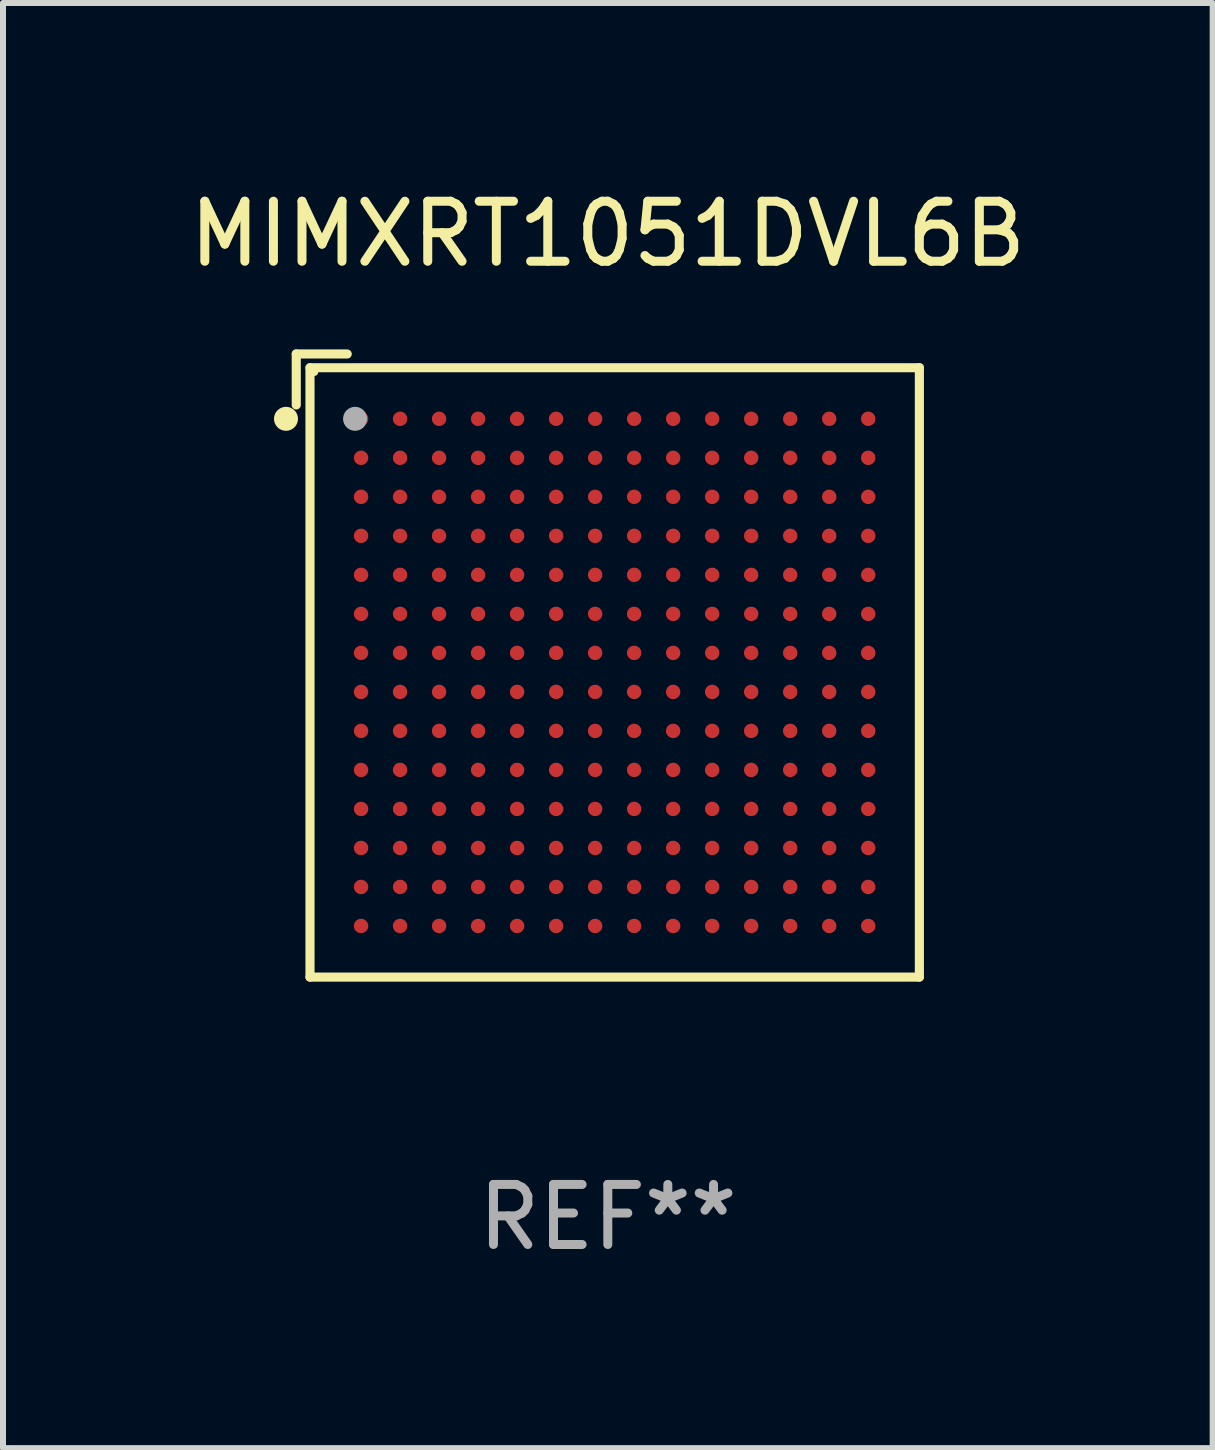
<source format=kicad_pcb>
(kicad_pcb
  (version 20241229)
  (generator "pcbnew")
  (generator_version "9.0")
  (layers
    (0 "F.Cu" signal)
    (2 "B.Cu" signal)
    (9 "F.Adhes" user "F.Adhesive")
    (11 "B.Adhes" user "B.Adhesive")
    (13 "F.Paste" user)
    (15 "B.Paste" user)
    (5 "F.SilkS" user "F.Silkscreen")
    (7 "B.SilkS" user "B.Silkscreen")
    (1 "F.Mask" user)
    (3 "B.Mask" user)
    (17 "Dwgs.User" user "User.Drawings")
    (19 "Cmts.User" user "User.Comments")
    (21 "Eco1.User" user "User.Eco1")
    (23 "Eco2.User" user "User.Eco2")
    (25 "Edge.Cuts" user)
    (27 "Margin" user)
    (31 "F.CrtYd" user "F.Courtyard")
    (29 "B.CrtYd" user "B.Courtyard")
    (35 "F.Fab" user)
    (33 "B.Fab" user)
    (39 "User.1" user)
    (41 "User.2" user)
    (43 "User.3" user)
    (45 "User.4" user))
  (footprint "MIMXRT1051DVL6B"
    (layer "F.Cu")
    (at 7.077 8.039)
    (property "Reference" "MIMXRT1051DVL6B" (at 0 -7.191 0) (layer "F.SilkS") (effects (font (size 1 1) (thickness 0.15))))
    (attr through_hole)
    (fp_line (start -5.191 -5.191) (end -5.191 -4.342) (stroke (width 0.152) (type solid)) (layer "F.SilkS"))
    (fp_line (start -4.962 -4.962) (end 5.191 -4.962) (stroke (width 0.152) (type solid)) (layer "F.SilkS"))
    (fp_line (start -4.962 5.191) (end -4.962 -4.962) (stroke (width 0.152) (type solid)) (layer "F.SilkS"))
    (fp_line (start -4.342 -5.191) (end -5.191 -5.191) (stroke (width 0.152) (type solid)) (layer "F.SilkS"))
    (fp_line (start 5.191 -4.962) (end 5.191 5.191) (stroke (width 0.152) (type solid)) (layer "F.SilkS"))
    (fp_line (start 5.191 5.191) (end -4.962 5.191) (stroke (width 0.152) (type solid)) (layer "F.SilkS"))
    (fp_circle (center -5.362 -4.111) (end -5.262 -4.111) (stroke (width 0.2) (type solid)) (fill no) (layer "F.SilkS"))
    (fp_circle (center -4.886 -4.886) (end -4.856 -4.886) (stroke (width 0.06) (type solid)) (fill no) (layer "F.SilkS"))
    (fp_circle (center -4.211 -4.111) (end -4.111 -4.111) (stroke (width 0.2) (type solid)) (fill no) (layer "F.Fab"))
    (fp_text user "REF**" (at 0 9.191 0) (layer "F.Fab") (effects (font (size 1 1) (thickness 0.15))))
    (pad "A1" smd circle (at -4.111 -4.111) (size 0.24 0.24) (layers "F.Cu" "F.Mask" "F.Paste"))
    (pad "A2" smd circle (at -3.461 -4.111) (size 0.24 0.24) (layers "F.Cu" "F.Mask" "F.Paste"))
    (pad "A3" smd circle (at -2.811 -4.111) (size 0.24 0.24) (layers "F.Cu" "F.Mask" "F.Paste"))
    (pad "A4" smd circle (at -2.161 -4.111) (size 0.24 0.24) (layers "F.Cu" "F.Mask" "F.Paste"))
    (pad "A5" smd circle (at -1.511 -4.111) (size 0.24 0.24) (layers "F.Cu" "F.Mask" "F.Paste"))
    (pad "A6" smd circle (at -0.861 -4.111) (size 0.24 0.24) (layers "F.Cu" "F.Mask" "F.Paste"))
    (pad "A7" smd circle (at -0.211 -4.111) (size 0.24 0.24) (layers "F.Cu" "F.Mask" "F.Paste"))
    (pad "A8" smd circle (at 0.439 -4.111) (size 0.24 0.24) (layers "F.Cu" "F.Mask" "F.Paste"))
    (pad "A9" smd circle (at 1.089 -4.111) (size 0.24 0.24) (layers "F.Cu" "F.Mask" "F.Paste"))
    (pad "A10" smd circle (at 1.739 -4.111) (size 0.24 0.24) (layers "F.Cu" "F.Mask" "F.Paste"))
    (pad "A11" smd circle (at 2.389 -4.111) (size 0.24 0.24) (layers "F.Cu" "F.Mask" "F.Paste"))
    (pad "A12" smd circle (at 3.039 -4.111) (size 0.24 0.24) (layers "F.Cu" "F.Mask" "F.Paste"))
    (pad "A13" smd circle (at 3.689 -4.111) (size 0.24 0.24) (layers "F.Cu" "F.Mask" "F.Paste"))
    (pad "A14" smd circle (at 4.339 -4.111) (size 0.24 0.24) (layers "F.Cu" "F.Mask" "F.Paste"))
    (pad "B1" smd circle (at -4.111 -3.461) (size 0.24 0.24) (layers "F.Cu" "F.Mask" "F.Paste"))
    (pad "B2" smd circle (at -3.461 -3.461) (size 0.24 0.24) (layers "F.Cu" "F.Mask" "F.Paste"))
    (pad "B3" smd circle (at -2.811 -3.461) (size 0.24 0.24) (layers "F.Cu" "F.Mask" "F.Paste"))
    (pad "B4" smd circle (at -2.161 -3.461) (size 0.24 0.24) (layers "F.Cu" "F.Mask" "F.Paste"))
    (pad "B5" smd circle (at -1.511 -3.461) (size 0.24 0.24) (layers "F.Cu" "F.Mask" "F.Paste"))
    (pad "B6" smd circle (at -0.861 -3.461) (size 0.24 0.24) (layers "F.Cu" "F.Mask" "F.Paste"))
    (pad "B7" smd circle (at -0.211 -3.461) (size 0.24 0.24) (layers "F.Cu" "F.Mask" "F.Paste"))
    (pad "B8" smd circle (at 0.439 -3.461) (size 0.24 0.24) (layers "F.Cu" "F.Mask" "F.Paste"))
    (pad "B9" smd circle (at 1.089 -3.461) (size 0.24 0.24) (layers "F.Cu" "F.Mask" "F.Paste"))
    (pad "B10" smd circle (at 1.739 -3.461) (size 0.24 0.24) (layers "F.Cu" "F.Mask" "F.Paste"))
    (pad "B11" smd circle (at 2.389 -3.461) (size 0.24 0.24) (layers "F.Cu" "F.Mask" "F.Paste"))
    (pad "B12" smd circle (at 3.039 -3.461) (size 0.24 0.24) (layers "F.Cu" "F.Mask" "F.Paste"))
    (pad "B13" smd circle (at 3.689 -3.461) (size 0.24 0.24) (layers "F.Cu" "F.Mask" "F.Paste"))
    (pad "B14" smd circle (at 4.339 -3.461) (size 0.24 0.24) (layers "F.Cu" "F.Mask" "F.Paste"))
    (pad "C1" smd circle (at -4.111 -2.811) (size 0.24 0.24) (layers "F.Cu" "F.Mask" "F.Paste"))
    (pad "C2" smd circle (at -3.461 -2.811) (size 0.24 0.24) (layers "F.Cu" "F.Mask" "F.Paste"))
    (pad "C3" smd circle (at -2.811 -2.811) (size 0.24 0.24) (layers "F.Cu" "F.Mask" "F.Paste"))
    (pad "C4" smd circle (at -2.161 -2.811) (size 0.24 0.24) (layers "F.Cu" "F.Mask" "F.Paste"))
    (pad "C5" smd circle (at -1.511 -2.811) (size 0.24 0.24) (layers "F.Cu" "F.Mask" "F.Paste"))
    (pad "C6" smd circle (at -0.861 -2.811) (size 0.24 0.24) (layers "F.Cu" "F.Mask" "F.Paste"))
    (pad "C7" smd circle (at -0.211 -2.811) (size 0.24 0.24) (layers "F.Cu" "F.Mask" "F.Paste"))
    (pad "C8" smd circle (at 0.439 -2.811) (size 0.24 0.24) (layers "F.Cu" "F.Mask" "F.Paste"))
    (pad "C9" smd circle (at 1.089 -2.811) (size 0.24 0.24) (layers "F.Cu" "F.Mask" "F.Paste"))
    (pad "C10" smd circle (at 1.739 -2.811) (size 0.24 0.24) (layers "F.Cu" "F.Mask" "F.Paste"))
    (pad "C11" smd circle (at 2.389 -2.811) (size 0.24 0.24) (layers "F.Cu" "F.Mask" "F.Paste"))
    (pad "C12" smd circle (at 3.039 -2.811) (size 0.24 0.24) (layers "F.Cu" "F.Mask" "F.Paste"))
    (pad "C13" smd circle (at 3.689 -2.811) (size 0.24 0.24) (layers "F.Cu" "F.Mask" "F.Paste"))
    (pad "C14" smd circle (at 4.339 -2.811) (size 0.24 0.24) (layers "F.Cu" "F.Mask" "F.Paste"))
    (pad "D1" smd circle (at -4.111 -2.161) (size 0.24 0.24) (layers "F.Cu" "F.Mask" "F.Paste"))
    (pad "D2" smd circle (at -3.461 -2.161) (size 0.24 0.24) (layers "F.Cu" "F.Mask" "F.Paste"))
    (pad "D3" smd circle (at -2.811 -2.161) (size 0.24 0.24) (layers "F.Cu" "F.Mask" "F.Paste"))
    (pad "D4" smd circle (at -2.161 -2.161) (size 0.24 0.24) (layers "F.Cu" "F.Mask" "F.Paste"))
    (pad "D5" smd circle (at -1.511 -2.161) (size 0.24 0.24) (layers "F.Cu" "F.Mask" "F.Paste"))
    (pad "D6" smd circle (at -0.861 -2.161) (size 0.24 0.24) (layers "F.Cu" "F.Mask" "F.Paste"))
    (pad "D7" smd circle (at -0.211 -2.161) (size 0.24 0.24) (layers "F.Cu" "F.Mask" "F.Paste"))
    (pad "D8" smd circle (at 0.439 -2.161) (size 0.24 0.24) (layers "F.Cu" "F.Mask" "F.Paste"))
    (pad "D9" smd circle (at 1.089 -2.161) (size 0.24 0.24) (layers "F.Cu" "F.Mask" "F.Paste"))
    (pad "D10" smd circle (at 1.739 -2.161) (size 0.24 0.24) (layers "F.Cu" "F.Mask" "F.Paste"))
    (pad "D11" smd circle (at 2.389 -2.161) (size 0.24 0.24) (layers "F.Cu" "F.Mask" "F.Paste"))
    (pad "D12" smd circle (at 3.039 -2.161) (size 0.24 0.24) (layers "F.Cu" "F.Mask" "F.Paste"))
    (pad "D13" smd circle (at 3.689 -2.161) (size 0.24 0.24) (layers "F.Cu" "F.Mask" "F.Paste"))
    (pad "D14" smd circle (at 4.339 -2.161) (size 0.24 0.24) (layers "F.Cu" "F.Mask" "F.Paste"))
    (pad "E1" smd circle (at -4.111 -1.511) (size 0.24 0.24) (layers "F.Cu" "F.Mask" "F.Paste"))
    (pad "E2" smd circle (at -3.461 -1.511) (size 0.24 0.24) (layers "F.Cu" "F.Mask" "F.Paste"))
    (pad "E3" smd circle (at -2.811 -1.511) (size 0.24 0.24) (layers "F.Cu" "F.Mask" "F.Paste"))
    (pad "E4" smd circle (at -2.161 -1.511) (size 0.24 0.24) (layers "F.Cu" "F.Mask" "F.Paste"))
    (pad "E5" smd circle (at -1.511 -1.511) (size 0.24 0.24) (layers "F.Cu" "F.Mask" "F.Paste"))
    (pad "E6" smd circle (at -0.861 -1.511) (size 0.24 0.24) (layers "F.Cu" "F.Mask" "F.Paste"))
    (pad "E7" smd circle (at -0.211 -1.511) (size 0.24 0.24) (layers "F.Cu" "F.Mask" "F.Paste"))
    (pad "E8" smd circle (at 0.439 -1.511) (size 0.24 0.24) (layers "F.Cu" "F.Mask" "F.Paste"))
    (pad "E9" smd circle (at 1.089 -1.511) (size 0.24 0.24) (layers "F.Cu" "F.Mask" "F.Paste"))
    (pad "E10" smd circle (at 1.739 -1.511) (size 0.24 0.24) (layers "F.Cu" "F.Mask" "F.Paste"))
    (pad "E11" smd circle (at 2.389 -1.511) (size 0.24 0.24) (layers "F.Cu" "F.Mask" "F.Paste"))
    (pad "E12" smd circle (at 3.039 -1.511) (size 0.24 0.24) (layers "F.Cu" "F.Mask" "F.Paste"))
    (pad "E13" smd circle (at 3.689 -1.511) (size 0.24 0.24) (layers "F.Cu" "F.Mask" "F.Paste"))
    (pad "E14" smd circle (at 4.339 -1.511) (size 0.24 0.24) (layers "F.Cu" "F.Mask" "F.Paste"))
    (pad "F1" smd circle (at -4.111 -0.861) (size 0.24 0.24) (layers "F.Cu" "F.Mask" "F.Paste"))
    (pad "F2" smd circle (at -3.461 -0.861) (size 0.24 0.24) (layers "F.Cu" "F.Mask" "F.Paste"))
    (pad "F3" smd circle (at -2.811 -0.861) (size 0.24 0.24) (layers "F.Cu" "F.Mask" "F.Paste"))
    (pad "F4" smd circle (at -2.161 -0.861) (size 0.24 0.24) (layers "F.Cu" "F.Mask" "F.Paste"))
    (pad "F5" smd circle (at -1.511 -0.861) (size 0.24 0.24) (layers "F.Cu" "F.Mask" "F.Paste"))
    (pad "F6" smd circle (at -0.861 -0.861) (size 0.24 0.24) (layers "F.Cu" "F.Mask" "F.Paste"))
    (pad "F7" smd circle (at -0.211 -0.861) (size 0.24 0.24) (layers "F.Cu" "F.Mask" "F.Paste"))
    (pad "F8" smd circle (at 0.439 -0.861) (size 0.24 0.24) (layers "F.Cu" "F.Mask" "F.Paste"))
    (pad "F9" smd circle (at 1.089 -0.861) (size 0.24 0.24) (layers "F.Cu" "F.Mask" "F.Paste"))
    (pad "F10" smd circle (at 1.739 -0.861) (size 0.24 0.24) (layers "F.Cu" "F.Mask" "F.Paste"))
    (pad "F11" smd circle (at 2.389 -0.861) (size 0.24 0.24) (layers "F.Cu" "F.Mask" "F.Paste"))
    (pad "F12" smd circle (at 3.039 -0.861) (size 0.24 0.24) (layers "F.Cu" "F.Mask" "F.Paste"))
    (pad "F13" smd circle (at 3.689 -0.861) (size 0.24 0.24) (layers "F.Cu" "F.Mask" "F.Paste"))
    (pad "F14" smd circle (at 4.339 -0.861) (size 0.24 0.24) (layers "F.Cu" "F.Mask" "F.Paste"))
    (pad "G1" smd circle (at -4.111 -0.211) (size 0.24 0.24) (layers "F.Cu" "F.Mask" "F.Paste"))
    (pad "G2" smd circle (at -3.461 -0.211) (size 0.24 0.24) (layers "F.Cu" "F.Mask" "F.Paste"))
    (pad "G3" smd circle (at -2.811 -0.211) (size 0.24 0.24) (layers "F.Cu" "F.Mask" "F.Paste"))
    (pad "G4" smd circle (at -2.161 -0.211) (size 0.24 0.24) (layers "F.Cu" "F.Mask" "F.Paste"))
    (pad "G5" smd circle (at -1.511 -0.211) (size 0.24 0.24) (layers "F.Cu" "F.Mask" "F.Paste"))
    (pad "G6" smd circle (at -0.861 -0.211) (size 0.24 0.24) (layers "F.Cu" "F.Mask" "F.Paste"))
    (pad "G7" smd circle (at -0.211 -0.211) (size 0.24 0.24) (layers "F.Cu" "F.Mask" "F.Paste"))
    (pad "G8" smd circle (at 0.439 -0.211) (size 0.24 0.24) (layers "F.Cu" "F.Mask" "F.Paste"))
    (pad "G9" smd circle (at 1.089 -0.211) (size 0.24 0.24) (layers "F.Cu" "F.Mask" "F.Paste"))
    (pad "G10" smd circle (at 1.739 -0.211) (size 0.24 0.24) (layers "F.Cu" "F.Mask" "F.Paste"))
    (pad "G11" smd circle (at 2.389 -0.211) (size 0.24 0.24) (layers "F.Cu" "F.Mask" "F.Paste"))
    (pad "G12" smd circle (at 3.039 -0.211) (size 0.24 0.24) (layers "F.Cu" "F.Mask" "F.Paste"))
    (pad "G13" smd circle (at 3.689 -0.211) (size 0.24 0.24) (layers "F.Cu" "F.Mask" "F.Paste"))
    (pad "G14" smd circle (at 4.339 -0.211) (size 0.24 0.24) (layers "F.Cu" "F.Mask" "F.Paste"))
    (pad "H1" smd circle (at -4.111 0.439) (size 0.24 0.24) (layers "F.Cu" "F.Mask" "F.Paste"))
    (pad "H2" smd circle (at -3.461 0.439) (size 0.24 0.24) (layers "F.Cu" "F.Mask" "F.Paste"))
    (pad "H3" smd circle (at -2.811 0.439) (size 0.24 0.24) (layers "F.Cu" "F.Mask" "F.Paste"))
    (pad "H4" smd circle (at -2.161 0.439) (size 0.24 0.24) (layers "F.Cu" "F.Mask" "F.Paste"))
    (pad "H5" smd circle (at -1.511 0.439) (size 0.24 0.24) (layers "F.Cu" "F.Mask" "F.Paste"))
    (pad "H6" smd circle (at -0.861 0.439) (size 0.24 0.24) (layers "F.Cu" "F.Mask" "F.Paste"))
    (pad "H7" smd circle (at -0.211 0.439) (size 0.24 0.24) (layers "F.Cu" "F.Mask" "F.Paste"))
    (pad "H8" smd circle (at 0.439 0.439) (size 0.24 0.24) (layers "F.Cu" "F.Mask" "F.Paste"))
    (pad "H9" smd circle (at 1.089 0.439) (size 0.24 0.24) (layers "F.Cu" "F.Mask" "F.Paste"))
    (pad "H10" smd circle (at 1.739 0.439) (size 0.24 0.24) (layers "F.Cu" "F.Mask" "F.Paste"))
    (pad "H11" smd circle (at 2.389 0.439) (size 0.24 0.24) (layers "F.Cu" "F.Mask" "F.Paste"))
    (pad "H12" smd circle (at 3.039 0.439) (size 0.24 0.24) (layers "F.Cu" "F.Mask" "F.Paste"))
    (pad "H13" smd circle (at 3.689 0.439) (size 0.24 0.24) (layers "F.Cu" "F.Mask" "F.Paste"))
    (pad "H14" smd circle (at 4.339 0.439) (size 0.24 0.24) (layers "F.Cu" "F.Mask" "F.Paste"))
    (pad "J1" smd circle (at -4.111 1.089) (size 0.24 0.24) (layers "F.Cu" "F.Mask" "F.Paste"))
    (pad "J2" smd circle (at -3.461 1.089) (size 0.24 0.24) (layers "F.Cu" "F.Mask" "F.Paste"))
    (pad "J3" smd circle (at -2.811 1.089) (size 0.24 0.24) (layers "F.Cu" "F.Mask" "F.Paste"))
    (pad "J4" smd circle (at -2.161 1.089) (size 0.24 0.24) (layers "F.Cu" "F.Mask" "F.Paste"))
    (pad "J5" smd circle (at -1.511 1.089) (size 0.24 0.24) (layers "F.Cu" "F.Mask" "F.Paste"))
    (pad "J6" smd circle (at -0.861 1.089) (size 0.24 0.24) (layers "F.Cu" "F.Mask" "F.Paste"))
    (pad "J7" smd circle (at -0.211 1.089) (size 0.24 0.24) (layers "F.Cu" "F.Mask" "F.Paste"))
    (pad "J8" smd circle (at 0.439 1.089) (size 0.24 0.24) (layers "F.Cu" "F.Mask" "F.Paste"))
    (pad "J9" smd circle (at 1.089 1.089) (size 0.24 0.24) (layers "F.Cu" "F.Mask" "F.Paste"))
    (pad "J10" smd circle (at 1.739 1.089) (size 0.24 0.24) (layers "F.Cu" "F.Mask" "F.Paste"))
    (pad "J11" smd circle (at 2.389 1.089) (size 0.24 0.24) (layers "F.Cu" "F.Mask" "F.Paste"))
    (pad "J12" smd circle (at 3.039 1.089) (size 0.24 0.24) (layers "F.Cu" "F.Mask" "F.Paste"))
    (pad "J13" smd circle (at 3.689 1.089) (size 0.24 0.24) (layers "F.Cu" "F.Mask" "F.Paste"))
    (pad "J14" smd circle (at 4.339 1.089) (size 0.24 0.24) (layers "F.Cu" "F.Mask" "F.Paste"))
    (pad "K1" smd circle (at -4.111 1.739) (size 0.24 0.24) (layers "F.Cu" "F.Mask" "F.Paste"))
    (pad "K2" smd circle (at -3.461 1.739) (size 0.24 0.24) (layers "F.Cu" "F.Mask" "F.Paste"))
    (pad "K3" smd circle (at -2.811 1.739) (size 0.24 0.24) (layers "F.Cu" "F.Mask" "F.Paste"))
    (pad "K4" smd circle (at -2.161 1.739) (size 0.24 0.24) (layers "F.Cu" "F.Mask" "F.Paste"))
    (pad "K5" smd circle (at -1.511 1.739) (size 0.24 0.24) (layers "F.Cu" "F.Mask" "F.Paste"))
    (pad "K6" smd circle (at -0.861 1.739) (size 0.24 0.24) (layers "F.Cu" "F.Mask" "F.Paste"))
    (pad "K7" smd circle (at -0.211 1.739) (size 0.24 0.24) (layers "F.Cu" "F.Mask" "F.Paste"))
    (pad "K8" smd circle (at 0.439 1.739) (size 0.24 0.24) (layers "F.Cu" "F.Mask" "F.Paste"))
    (pad "K9" smd circle (at 1.089 1.739) (size 0.24 0.24) (layers "F.Cu" "F.Mask" "F.Paste"))
    (pad "K10" smd circle (at 1.739 1.739) (size 0.24 0.24) (layers "F.Cu" "F.Mask" "F.Paste"))
    (pad "K11" smd circle (at 2.389 1.739) (size 0.24 0.24) (layers "F.Cu" "F.Mask" "F.Paste"))
    (pad "K12" smd circle (at 3.039 1.739) (size 0.24 0.24) (layers "F.Cu" "F.Mask" "F.Paste"))
    (pad "K13" smd circle (at 3.689 1.739) (size 0.24 0.24) (layers "F.Cu" "F.Mask" "F.Paste"))
    (pad "K14" smd circle (at 4.339 1.739) (size 0.24 0.24) (layers "F.Cu" "F.Mask" "F.Paste"))
    (pad "L1" smd circle (at -4.111 2.389) (size 0.24 0.24) (layers "F.Cu" "F.Mask" "F.Paste"))
    (pad "L2" smd circle (at -3.461 2.389) (size 0.24 0.24) (layers "F.Cu" "F.Mask" "F.Paste"))
    (pad "L3" smd circle (at -2.811 2.389) (size 0.24 0.24) (layers "F.Cu" "F.Mask" "F.Paste"))
    (pad "L4" smd circle (at -2.161 2.389) (size 0.24 0.24) (layers "F.Cu" "F.Mask" "F.Paste"))
    (pad "L5" smd circle (at -1.511 2.389) (size 0.24 0.24) (layers "F.Cu" "F.Mask" "F.Paste"))
    (pad "L6" smd circle (at -0.861 2.389) (size 0.24 0.24) (layers "F.Cu" "F.Mask" "F.Paste"))
    (pad "L7" smd circle (at -0.211 2.389) (size 0.24 0.24) (layers "F.Cu" "F.Mask" "F.Paste"))
    (pad "L8" smd circle (at 0.439 2.389) (size 0.24 0.24) (layers "F.Cu" "F.Mask" "F.Paste"))
    (pad "L9" smd circle (at 1.089 2.389) (size 0.24 0.24) (layers "F.Cu" "F.Mask" "F.Paste"))
    (pad "L10" smd circle (at 1.739 2.389) (size 0.24 0.24) (layers "F.Cu" "F.Mask" "F.Paste"))
    (pad "L11" smd circle (at 2.389 2.389) (size 0.24 0.24) (layers "F.Cu" "F.Mask" "F.Paste"))
    (pad "L12" smd circle (at 3.039 2.389) (size 0.24 0.24) (layers "F.Cu" "F.Mask" "F.Paste"))
    (pad "L13" smd circle (at 3.689 2.389) (size 0.24 0.24) (layers "F.Cu" "F.Mask" "F.Paste"))
    (pad "L14" smd circle (at 4.339 2.389) (size 0.24 0.24) (layers "F.Cu" "F.Mask" "F.Paste"))
    (pad "M1" smd circle (at -4.111 3.039) (size 0.24 0.24) (layers "F.Cu" "F.Mask" "F.Paste"))
    (pad "M2" smd circle (at -3.461 3.039) (size 0.24 0.24) (layers "F.Cu" "F.Mask" "F.Paste"))
    (pad "M3" smd circle (at -2.811 3.039) (size 0.24 0.24) (layers "F.Cu" "F.Mask" "F.Paste"))
    (pad "M4" smd circle (at -2.161 3.039) (size 0.24 0.24) (layers "F.Cu" "F.Mask" "F.Paste"))
    (pad "M5" smd circle (at -1.511 3.039) (size 0.24 0.24) (layers "F.Cu" "F.Mask" "F.Paste"))
    (pad "M6" smd circle (at -0.861 3.039) (size 0.24 0.24) (layers "F.Cu" "F.Mask" "F.Paste"))
    (pad "M7" smd circle (at -0.211 3.039) (size 0.24 0.24) (layers "F.Cu" "F.Mask" "F.Paste"))
    (pad "M8" smd circle (at 0.439 3.039) (size 0.24 0.24) (layers "F.Cu" "F.Mask" "F.Paste"))
    (pad "M9" smd circle (at 1.089 3.039) (size 0.24 0.24) (layers "F.Cu" "F.Mask" "F.Paste"))
    (pad "M10" smd circle (at 1.739 3.039) (size 0.24 0.24) (layers "F.Cu" "F.Mask" "F.Paste"))
    (pad "M11" smd circle (at 2.389 3.039) (size 0.24 0.24) (layers "F.Cu" "F.Mask" "F.Paste"))
    (pad "M12" smd circle (at 3.039 3.039) (size 0.24 0.24) (layers "F.Cu" "F.Mask" "F.Paste"))
    (pad "M13" smd circle (at 3.689 3.039) (size 0.24 0.24) (layers "F.Cu" "F.Mask" "F.Paste"))
    (pad "M14" smd circle (at 4.339 3.039) (size 0.24 0.24) (layers "F.Cu" "F.Mask" "F.Paste"))
    (pad "N1" smd circle (at -4.111 3.689) (size 0.24 0.24) (layers "F.Cu" "F.Mask" "F.Paste"))
    (pad "N2" smd circle (at -3.461 3.689) (size 0.24 0.24) (layers "F.Cu" "F.Mask" "F.Paste"))
    (pad "N3" smd circle (at -2.811 3.689) (size 0.24 0.24) (layers "F.Cu" "F.Mask" "F.Paste"))
    (pad "N4" smd circle (at -2.161 3.689) (size 0.24 0.24) (layers "F.Cu" "F.Mask" "F.Paste"))
    (pad "N5" smd circle (at -1.511 3.689) (size 0.24 0.24) (layers "F.Cu" "F.Mask" "F.Paste"))
    (pad "N6" smd circle (at -0.861 3.689) (size 0.24 0.24) (layers "F.Cu" "F.Mask" "F.Paste"))
    (pad "N7" smd circle (at -0.211 3.689) (size 0.24 0.24) (layers "F.Cu" "F.Mask" "F.Paste"))
    (pad "N8" smd circle (at 0.439 3.689) (size 0.24 0.24) (layers "F.Cu" "F.Mask" "F.Paste"))
    (pad "N9" smd circle (at 1.089 3.689) (size 0.24 0.24) (layers "F.Cu" "F.Mask" "F.Paste"))
    (pad "N10" smd circle (at 1.739 3.689) (size 0.24 0.24) (layers "F.Cu" "F.Mask" "F.Paste"))
    (pad "N11" smd circle (at 2.389 3.689) (size 0.24 0.24) (layers "F.Cu" "F.Mask" "F.Paste"))
    (pad "N12" smd circle (at 3.039 3.689) (size 0.24 0.24) (layers "F.Cu" "F.Mask" "F.Paste"))
    (pad "N13" smd circle (at 3.689 3.689) (size 0.24 0.24) (layers "F.Cu" "F.Mask" "F.Paste"))
    (pad "N14" smd circle (at 4.339 3.689) (size 0.24 0.24) (layers "F.Cu" "F.Mask" "F.Paste"))
    (pad "P1" smd circle (at -4.111 4.339) (size 0.24 0.24) (layers "F.Cu" "F.Mask" "F.Paste"))
    (pad "P2" smd circle (at -3.461 4.339) (size 0.24 0.24) (layers "F.Cu" "F.Mask" "F.Paste"))
    (pad "P3" smd circle (at -2.811 4.339) (size 0.24 0.24) (layers "F.Cu" "F.Mask" "F.Paste"))
    (pad "P4" smd circle (at -2.161 4.339) (size 0.24 0.24) (layers "F.Cu" "F.Mask" "F.Paste"))
    (pad "P5" smd circle (at -1.511 4.339) (size 0.24 0.24) (layers "F.Cu" "F.Mask" "F.Paste"))
    (pad "P6" smd circle (at -0.861 4.339) (size 0.24 0.24) (layers "F.Cu" "F.Mask" "F.Paste"))
    (pad "P7" smd circle (at -0.211 4.339) (size 0.24 0.24) (layers "F.Cu" "F.Mask" "F.Paste"))
    (pad "P8" smd circle (at 0.439 4.339) (size 0.24 0.24) (layers "F.Cu" "F.Mask" "F.Paste"))
    (pad "P9" smd circle (at 1.089 4.339) (size 0.24 0.24) (layers "F.Cu" "F.Mask" "F.Paste"))
    (pad "P10" smd circle (at 1.739 4.339) (size 0.24 0.24) (layers "F.Cu" "F.Mask" "F.Paste"))
    (pad "P11" smd circle (at 2.389 4.339) (size 0.24 0.24) (layers "F.Cu" "F.Mask" "F.Paste"))
    (pad "P12" smd circle (at 3.039 4.339) (size 0.24 0.24) (layers "F.Cu" "F.Mask" "F.Paste"))
    (pad "P13" smd circle (at 3.689 4.339) (size 0.24 0.24) (layers "F.Cu" "F.Mask" "F.Paste"))
    (pad "P14" smd circle (at 4.339 4.339) (size 0.24 0.24) (layers "F.Cu" "F.Mask" "F.Paste")))
  (gr_rect
    (start -3 -3)
    (end 17.155 21.078)
    (stroke (width 0.1) (type default))
    (fill no)
    (layer "Edge.Cuts")))
</source>
